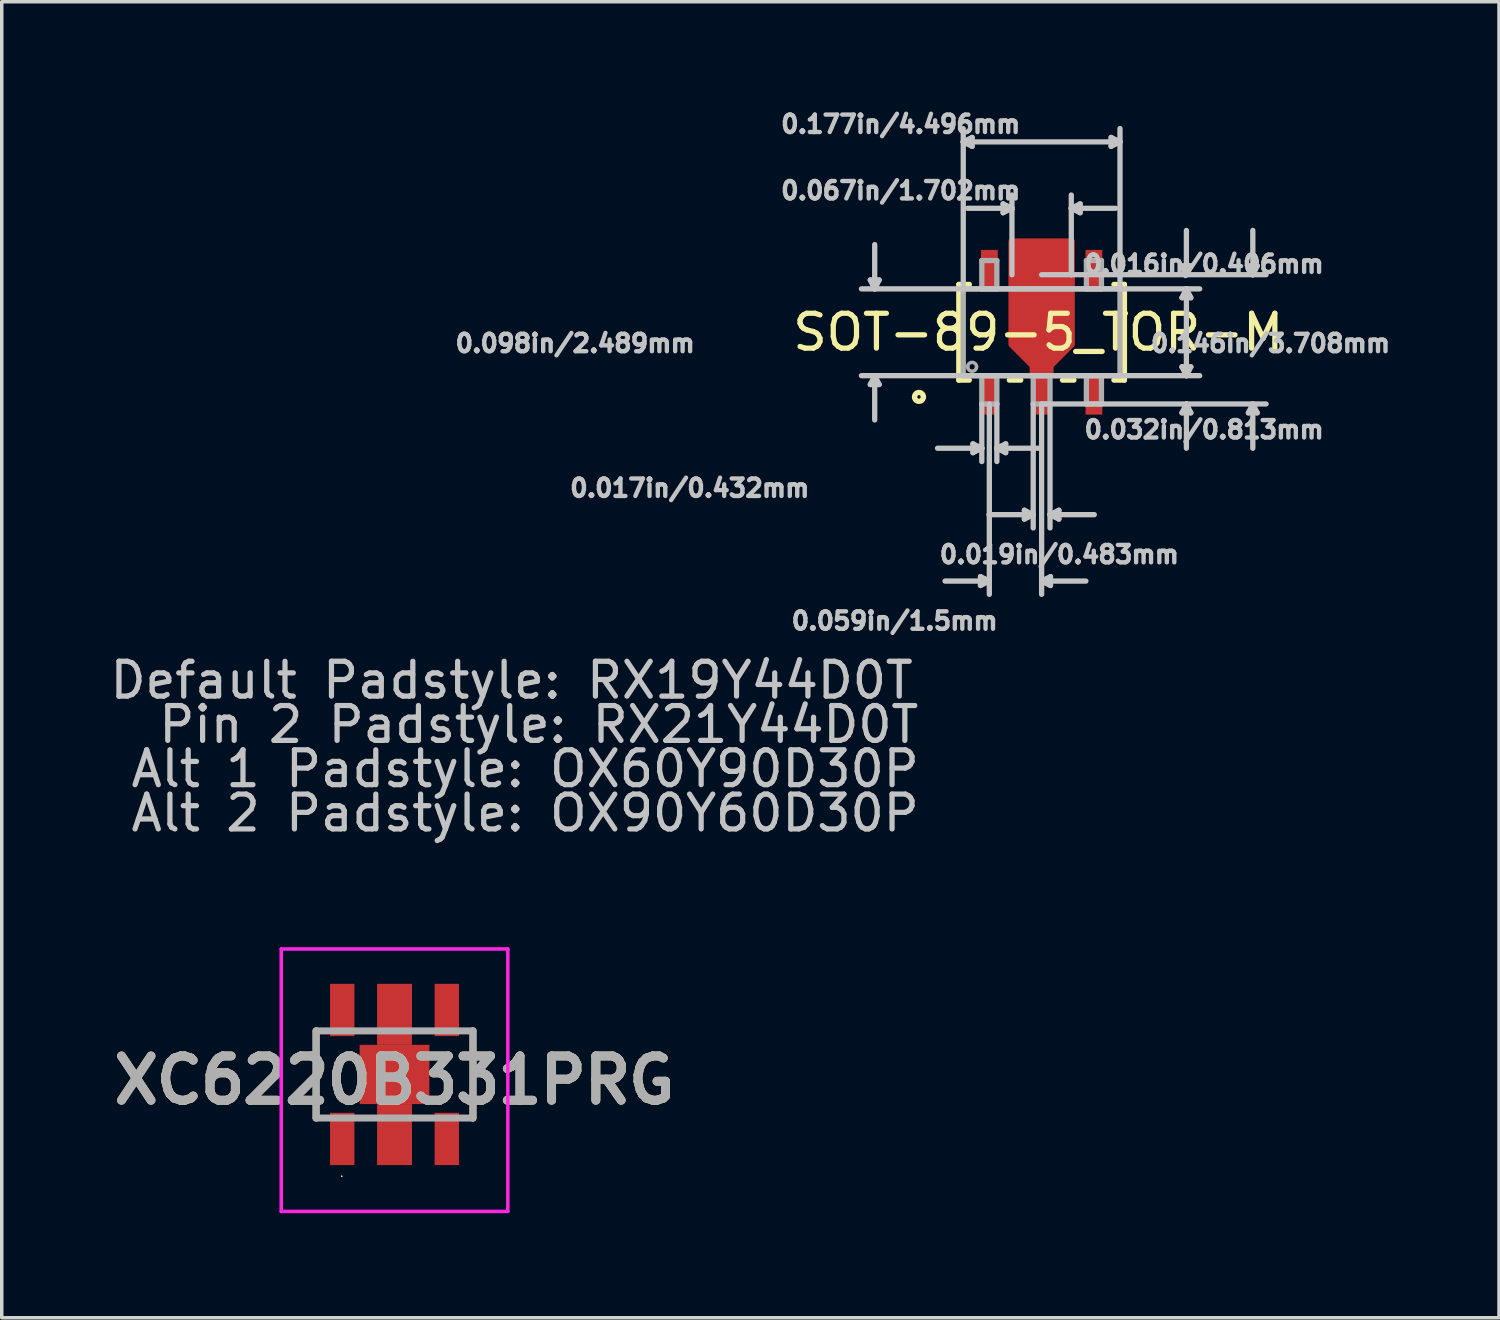
<source format=kicad_pcb>
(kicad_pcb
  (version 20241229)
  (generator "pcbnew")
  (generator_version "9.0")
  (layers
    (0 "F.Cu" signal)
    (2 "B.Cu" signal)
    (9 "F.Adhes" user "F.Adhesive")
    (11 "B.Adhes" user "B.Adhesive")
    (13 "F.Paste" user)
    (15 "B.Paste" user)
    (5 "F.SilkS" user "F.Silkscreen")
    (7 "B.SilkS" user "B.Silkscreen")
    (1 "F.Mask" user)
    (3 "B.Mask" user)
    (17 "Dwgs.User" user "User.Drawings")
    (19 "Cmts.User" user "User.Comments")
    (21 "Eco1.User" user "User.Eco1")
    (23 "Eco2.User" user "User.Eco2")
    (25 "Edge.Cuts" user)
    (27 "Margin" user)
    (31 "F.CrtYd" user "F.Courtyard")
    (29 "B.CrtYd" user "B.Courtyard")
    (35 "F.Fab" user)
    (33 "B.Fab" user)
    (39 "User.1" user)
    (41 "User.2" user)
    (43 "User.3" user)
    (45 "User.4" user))
  (footprint "SOT-89-5_TOR-M"
    (layer "F.Cu")
    (at 26.829 6.481)
    (property "Reference" "SOT-89-5_TOR-M" (at -0.096 0 0) (layer "F.SilkS") (effects (font (size 1 1) (thickness 0.15))))
    (attr smd)
    (fp_poly (pts (xy -0.267 1.245) (xy -0.267 0.965) (xy -0.876 0.356) (xy -0.876 -2.616) (xy -0.241 -2.616) (xy 0.241 -2.616) (xy 0.876 -2.616) (xy 0.876 0.356) (xy 0.267 0.965) (xy 0.267 1.245)) (stroke (width 0.152) (type solid)) (fill yes) (layer "F.Mask"))
    (fp_line (start -2.375 -1.372) (end -2.375 1.372) (stroke (width 0.152) (type solid)) (layer "F.SilkS"))
    (fp_line (start -2.375 1.372) (end -2.074 1.372) (stroke (width 0.152) (type solid)) (layer "F.SilkS"))
    (fp_line (start -2.074 -1.372) (end -2.375 -1.372) (stroke (width 0.152) (type solid)) (layer "F.SilkS"))
    (fp_line (start -0.926 1.372) (end -0.599 1.372) (stroke (width 0.152) (type solid)) (layer "F.SilkS"))
    (fp_line (start 0.599 1.372) (end 0.926 1.372) (stroke (width 0.152) (type solid)) (layer "F.SilkS"))
    (fp_line (start 2.074 1.372) (end 2.375 1.372) (stroke (width 0.152) (type solid)) (layer "F.SilkS"))
    (fp_line (start 2.375 -1.372) (end 2.074 -1.372) (stroke (width 0.152) (type solid)) (layer "F.SilkS"))
    (fp_line (start 2.375 1.372) (end 2.375 -1.372) (stroke (width 0.152) (type solid)) (layer "F.SilkS"))
    (fp_arc (start -3.6449 1.8542) (mid -3.5179 1.7272) (end -3.3909 1.8542) (stroke (width 0.1524) (type solid)) (layer "F.SilkS"))
    (fp_arc (start -3.3909 1.8542) (mid -3.5179 1.9812) (end -3.6449 1.8542) (stroke (width 0.1524) (type solid)) (layer "F.SilkS"))
    (fp_poly (pts (xy -0.267 1.245) (xy -0.267 0.965) (xy -0.876 0.356) (xy -0.876 -2.616) (xy -0.241 -2.616) (xy 0.241 -2.616) (xy 0.876 -2.616) (xy 0.876 0.356) (xy 0.267 0.965) (xy 0.267 1.245)) (stroke (width 0.152) (type solid)) (fill yes) (layer "F.Paste"))
    (fp_line (start -4.915 -1.499) (end -4.661 -1.499) (stroke (width 0.152) (type solid)) (layer "Dwgs.User"))
    (fp_line (start -4.915 1.499) (end -4.661 1.499) (stroke (width 0.152) (type solid)) (layer "Dwgs.User"))
    (fp_line (start -4.788 -1.245) (end -5.169 -1.245) (stroke (width 0.152) (type solid)) (layer "Dwgs.User"))
    (fp_line (start -4.788 -1.245) (end -4.915 -1.499) (stroke (width 0.152) (type solid)) (layer "Dwgs.User"))
    (fp_line (start -4.788 -1.245) (end -4.788 -2.515) (stroke (width 0.152) (type solid)) (layer "Dwgs.User"))
    (fp_line (start -4.788 -1.245) (end -4.661 -1.499) (stroke (width 0.152) (type solid)) (layer "Dwgs.User"))
    (fp_line (start -4.788 1.245) (end -5.169 1.245) (stroke (width 0.152) (type solid)) (layer "Dwgs.User"))
    (fp_line (start -4.788 1.245) (end -4.915 1.499) (stroke (width 0.152) (type solid)) (layer "Dwgs.User"))
    (fp_line (start -4.788 1.245) (end -4.788 2.515) (stroke (width 0.152) (type solid)) (layer "Dwgs.User"))
    (fp_line (start -4.788 1.245) (end -4.661 1.499) (stroke (width 0.152) (type solid)) (layer "Dwgs.User"))
    (fp_line (start -2.248 -5.461) (end -2.248 -5.842) (stroke (width 0.152) (type solid)) (layer "Dwgs.User"))
    (fp_line (start -2.248 -5.461) (end -1.994 -5.588) (stroke (width 0.152) (type solid)) (layer "Dwgs.User"))
    (fp_line (start -2.248 -5.461) (end -1.994 -5.334) (stroke (width 0.152) (type solid)) (layer "Dwgs.User"))
    (fp_line (start -2.248 -5.461) (end 2.248 -5.461) (stroke (width 0.152) (type solid)) (layer "Dwgs.User"))
    (fp_line (start -2.248 -1.245) (end -2.248 -5.461) (stroke (width 0.152) (type solid)) (layer "Dwgs.User"))
    (fp_line (start -1.994 -5.588) (end -1.994 -5.334) (stroke (width 0.152) (type solid)) (layer "Dwgs.User"))
    (fp_line (start -1.97 3.2) (end -1.97 3.454) (stroke (width 0.152) (type solid)) (layer "Dwgs.User"))
    (fp_line (start -1.754 7.01) (end -1.754 7.264) (stroke (width 0.152) (type solid)) (layer "Dwgs.User"))
    (fp_line (start -1.716 2.057) (end -1.716 3.327) (stroke (width 0.152) (type solid)) (layer "Dwgs.User"))
    (fp_line (start -1.716 3.327) (end -2.986 3.327) (stroke (width 0.152) (type solid)) (layer "Dwgs.User"))
    (fp_line (start -1.716 3.327) (end -1.97 3.2) (stroke (width 0.152) (type solid)) (layer "Dwgs.User"))
    (fp_line (start -1.716 3.327) (end -1.97 3.454) (stroke (width 0.152) (type solid)) (layer "Dwgs.User"))
    (fp_line (start -1.716 3.327) (end -1.716 3.708) (stroke (width 0.152) (type solid)) (layer "Dwgs.User"))
    (fp_line (start -1.5 2.057) (end -1.5 7.137) (stroke (width 0.152) (type solid)) (layer "Dwgs.User"))
    (fp_line (start -1.5 7.137) (end -2.77 7.137) (stroke (width 0.152) (type solid)) (layer "Dwgs.User"))
    (fp_line (start -1.5 7.137) (end -1.754 7.01) (stroke (width 0.152) (type solid)) (layer "Dwgs.User"))
    (fp_line (start -1.5 7.137) (end -1.754 7.264) (stroke (width 0.152) (type solid)) (layer "Dwgs.User"))
    (fp_line (start -1.5 7.137) (end -1.5 7.518) (stroke (width 0.152) (type solid)) (layer "Dwgs.User"))
    (fp_line (start -1.284 2.057) (end -1.284 3.327) (stroke (width 0.152) (type solid)) (layer "Dwgs.User"))
    (fp_line (start -1.284 3.327) (end -1.284 3.708) (stroke (width 0.152) (type solid)) (layer "Dwgs.User"))
    (fp_line (start -1.284 3.327) (end -1.03 3.2) (stroke (width 0.152) (type solid)) (layer "Dwgs.User"))
    (fp_line (start -1.284 3.327) (end -1.03 3.454) (stroke (width 0.152) (type solid)) (layer "Dwgs.User"))
    (fp_line (start -1.284 3.327) (end -0.014 3.327) (stroke (width 0.152) (type solid)) (layer "Dwgs.User"))
    (fp_line (start -1.105 -3.683) (end -1.105 -3.429) (stroke (width 0.152) (type solid)) (layer "Dwgs.User"))
    (fp_line (start -1.03 3.2) (end -1.03 3.454) (stroke (width 0.152) (type solid)) (layer "Dwgs.User"))
    (fp_line (start -0.851 -3.556) (end -2.121 -3.556) (stroke (width 0.152) (type solid)) (layer "Dwgs.User"))
    (fp_line (start -0.851 -3.556) (end -1.105 -3.683) (stroke (width 0.152) (type solid)) (layer "Dwgs.User"))
    (fp_line (start -0.851 -3.556) (end -1.105 -3.429) (stroke (width 0.152) (type solid)) (layer "Dwgs.User"))
    (fp_line (start -0.851 -3.556) (end -0.851 -3.937) (stroke (width 0.152) (type solid)) (layer "Dwgs.User"))
    (fp_line (start -0.851 -1.651) (end -0.851 -3.556) (stroke (width 0.152) (type solid)) (layer "Dwgs.User"))
    (fp_line (start -0.495 5.105) (end -0.495 5.359) (stroke (width 0.152) (type solid)) (layer "Dwgs.User"))
    (fp_line (start -0.241 2.057) (end -0.241 5.232) (stroke (width 0.152) (type solid)) (layer "Dwgs.User"))
    (fp_line (start -0.241 5.232) (end -1.511 5.232) (stroke (width 0.152) (type solid)) (layer "Dwgs.User"))
    (fp_line (start -0.241 5.232) (end -0.495 5.105) (stroke (width 0.152) (type solid)) (layer "Dwgs.User"))
    (fp_line (start -0.241 5.232) (end -0.495 5.359) (stroke (width 0.152) (type solid)) (layer "Dwgs.User"))
    (fp_line (start -0.241 5.232) (end -0.241 5.613) (stroke (width 0.152) (type solid)) (layer "Dwgs.User"))
    (fp_line (start 0 -1.651) (end 0.851 -1.651) (stroke (width 0.152) (type solid)) (layer "Dwgs.User"))
    (fp_line (start 0 2.057) (end 0 7.137) (stroke (width 0.152) (type solid)) (layer "Dwgs.User"))
    (fp_line (start 0 2.057) (end 0.241 2.057) (stroke (width 0.152) (type solid)) (layer "Dwgs.User"))
    (fp_line (start 0 7.137) (end 0 7.518) (stroke (width 0.152) (type solid)) (layer "Dwgs.User"))
    (fp_line (start 0 7.137) (end 0.254 7.01) (stroke (width 0.152) (type solid)) (layer "Dwgs.User"))
    (fp_line (start 0 7.137) (end 0.254 7.264) (stroke (width 0.152) (type solid)) (layer "Dwgs.User"))
    (fp_line (start 0 7.137) (end 1.27 7.137) (stroke (width 0.152) (type solid)) (layer "Dwgs.User"))
    (fp_line (start 0.241 2.057) (end 0.241 5.232) (stroke (width 0.152) (type solid)) (layer "Dwgs.User"))
    (fp_line (start 0.241 2.057) (end 4.153 2.057) (stroke (width 0.152) (type solid)) (layer "Dwgs.User"))
    (fp_line (start 0.241 5.232) (end 0.241 5.613) (stroke (width 0.152) (type solid)) (layer "Dwgs.User"))
    (fp_line (start 0.241 5.232) (end 0.495 5.105) (stroke (width 0.152) (type solid)) (layer "Dwgs.User"))
    (fp_line (start 0.241 5.232) (end 0.495 5.359) (stroke (width 0.152) (type solid)) (layer "Dwgs.User"))
    (fp_line (start 0.241 5.232) (end 1.511 5.232) (stroke (width 0.152) (type solid)) (layer "Dwgs.User"))
    (fp_line (start 0.254 7.01) (end 0.254 7.264) (stroke (width 0.152) (type solid)) (layer "Dwgs.User"))
    (fp_line (start 0.495 5.105) (end 0.495 5.359) (stroke (width 0.152) (type solid)) (layer "Dwgs.User"))
    (fp_line (start 0.851 -3.556) (end 0.851 -3.937) (stroke (width 0.152) (type solid)) (layer "Dwgs.User"))
    (fp_line (start 0.851 -3.556) (end 1.105 -3.683) (stroke (width 0.152) (type solid)) (layer "Dwgs.User"))
    (fp_line (start 0.851 -3.556) (end 1.105 -3.429) (stroke (width 0.152) (type solid)) (layer "Dwgs.User"))
    (fp_line (start 0.851 -3.556) (end 2.121 -3.556) (stroke (width 0.152) (type solid)) (layer "Dwgs.User"))
    (fp_line (start 0.851 -1.651) (end 0.851 -3.556) (stroke (width 0.152) (type solid)) (layer "Dwgs.User"))
    (fp_line (start 0.851 -1.651) (end 4.153 -1.651) (stroke (width 0.152) (type solid)) (layer "Dwgs.User"))
    (fp_line (start 1.105 -3.683) (end 1.105 -3.429) (stroke (width 0.152) (type solid)) (layer "Dwgs.User"))
    (fp_line (start 1.994 -5.588) (end 1.994 -5.334) (stroke (width 0.152) (type solid)) (layer "Dwgs.User"))
    (fp_line (start 2.248 -5.461) (end 1.994 -5.588) (stroke (width 0.152) (type solid)) (layer "Dwgs.User"))
    (fp_line (start 2.248 -5.461) (end 1.994 -5.334) (stroke (width 0.152) (type solid)) (layer "Dwgs.User"))
    (fp_line (start 2.248 -5.461) (end 2.248 -5.842) (stroke (width 0.152) (type solid)) (layer "Dwgs.User"))
    (fp_line (start 2.248 -1.245) (end -4.788 -1.245) (stroke (width 0.152) (type solid)) (layer "Dwgs.User"))
    (fp_line (start 2.248 -1.245) (end 2.248 -5.461) (stroke (width 0.152) (type solid)) (layer "Dwgs.User"))
    (fp_line (start 2.248 -1.245) (end 4.153 -1.245) (stroke (width 0.152) (type solid)) (layer "Dwgs.User"))
    (fp_line (start 4.026 -1.905) (end 4.28 -1.905) (stroke (width 0.152) (type solid)) (layer "Dwgs.User"))
    (fp_line (start 4.026 -0.991) (end 4.28 -0.991) (stroke (width 0.152) (type solid)) (layer "Dwgs.User"))
    (fp_line (start 4.026 0.991) (end 4.28 0.991) (stroke (width 0.152) (type solid)) (layer "Dwgs.User"))
    (fp_line (start 4.026 2.311) (end 4.28 2.311) (stroke (width 0.152) (type solid)) (layer "Dwgs.User"))
    (fp_line (start 4.153 -1.651) (end 4.026 -1.905) (stroke (width 0.152) (type solid)) (layer "Dwgs.User"))
    (fp_line (start 4.153 -1.651) (end 4.153 -2.921) (stroke (width 0.152) (type solid)) (layer "Dwgs.User"))
    (fp_line (start 4.153 -1.651) (end 4.28 -1.905) (stroke (width 0.152) (type solid)) (layer "Dwgs.User"))
    (fp_line (start 4.153 -1.651) (end 6.058 -1.651) (stroke (width 0.152) (type solid)) (layer "Dwgs.User"))
    (fp_line (start 4.153 -1.245) (end 4.026 -0.991) (stroke (width 0.152) (type solid)) (layer "Dwgs.User"))
    (fp_line (start 4.153 -1.245) (end 4.153 1.245) (stroke (width 0.152) (type solid)) (layer "Dwgs.User"))
    (fp_line (start 4.153 -1.245) (end 4.28 -0.991) (stroke (width 0.152) (type solid)) (layer "Dwgs.User"))
    (fp_line (start 4.153 -1.245) (end 4.534 -1.245) (stroke (width 0.152) (type solid)) (layer "Dwgs.User"))
    (fp_line (start 4.153 1.245) (end -4.788 1.245) (stroke (width 0.152) (type solid)) (layer "Dwgs.User"))
    (fp_line (start 4.153 1.245) (end 4.026 0.991) (stroke (width 0.152) (type solid)) (layer "Dwgs.User"))
    (fp_line (start 4.153 1.245) (end 4.28 0.991) (stroke (width 0.152) (type solid)) (layer "Dwgs.User"))
    (fp_line (start 4.153 1.245) (end 4.534 1.245) (stroke (width 0.152) (type solid)) (layer "Dwgs.User"))
    (fp_line (start 4.153 2.057) (end 4.026 2.311) (stroke (width 0.152) (type solid)) (layer "Dwgs.User"))
    (fp_line (start 4.153 2.057) (end 4.153 3.327) (stroke (width 0.152) (type solid)) (layer "Dwgs.User"))
    (fp_line (start 4.153 2.057) (end 4.28 2.311) (stroke (width 0.152) (type solid)) (layer "Dwgs.User"))
    (fp_line (start 4.153 2.057) (end 6.058 2.057) (stroke (width 0.152) (type solid)) (layer "Dwgs.User"))
    (fp_line (start 5.931 -1.905) (end 6.185 -1.905) (stroke (width 0.152) (type solid)) (layer "Dwgs.User"))
    (fp_line (start 5.931 2.311) (end 6.185 2.311) (stroke (width 0.152) (type solid)) (layer "Dwgs.User"))
    (fp_line (start 6.058 -1.651) (end 5.931 -1.905) (stroke (width 0.152) (type solid)) (layer "Dwgs.User"))
    (fp_line (start 6.058 -1.651) (end 6.058 -2.921) (stroke (width 0.152) (type solid)) (layer "Dwgs.User"))
    (fp_line (start 6.058 -1.651) (end 6.185 -1.905) (stroke (width 0.152) (type solid)) (layer "Dwgs.User"))
    (fp_line (start 6.058 -1.651) (end 6.439 -1.651) (stroke (width 0.152) (type solid)) (layer "Dwgs.User"))
    (fp_line (start 6.058 2.057) (end 5.931 2.311) (stroke (width 0.152) (type solid)) (layer "Dwgs.User"))
    (fp_line (start 6.058 2.057) (end 6.058 3.327) (stroke (width 0.152) (type solid)) (layer "Dwgs.User"))
    (fp_line (start 6.058 2.057) (end 6.185 2.311) (stroke (width 0.152) (type solid)) (layer "Dwgs.User"))
    (fp_line (start 6.058 2.057) (end 6.439 2.057) (stroke (width 0.152) (type solid)) (layer "Dwgs.User"))
    (fp_line (start -2.248 -1.245) (end -2.248 1.245) (stroke (width 0.152) (type solid)) (layer "F.Fab"))
    (fp_line (start -2.248 1.245) (end 2.248 1.245) (stroke (width 0.152) (type solid)) (layer "F.Fab"))
    (fp_line (start -1.716 -2.057) (end -1.716 -1.245) (stroke (width 0.152) (type solid)) (layer "F.Fab"))
    (fp_line (start -1.716 -1.245) (end -1.284 -1.245) (stroke (width 0.152) (type solid)) (layer "F.Fab"))
    (fp_line (start -1.716 1.245) (end -1.716 2.057) (stroke (width 0.152) (type solid)) (layer "F.Fab"))
    (fp_line (start -1.716 2.057) (end -1.284 2.057) (stroke (width 0.152) (type solid)) (layer "F.Fab"))
    (fp_line (start -1.284 -2.057) (end -1.716 -2.057) (stroke (width 0.152) (type solid)) (layer "F.Fab"))
    (fp_line (start -1.284 -1.245) (end -1.284 -2.057) (stroke (width 0.152) (type solid)) (layer "F.Fab"))
    (fp_line (start -1.284 1.245) (end -1.716 1.245) (stroke (width 0.152) (type solid)) (layer "F.Fab"))
    (fp_line (start -1.284 2.057) (end -1.284 1.245) (stroke (width 0.152) (type solid)) (layer "F.Fab"))
    (fp_line (start -0.241 1.245) (end -0.241 2.057) (stroke (width 0.152) (type solid)) (layer "F.Fab"))
    (fp_line (start -0.241 2.057) (end 0.241 2.057) (stroke (width 0.152) (type solid)) (layer "F.Fab"))
    (fp_line (start 0.241 1.245) (end -0.241 1.245) (stroke (width 0.152) (type solid)) (layer "F.Fab"))
    (fp_line (start 0.241 2.057) (end 0.241 1.245) (stroke (width 0.152) (type solid)) (layer "F.Fab"))
    (fp_line (start 1.284 -2.057) (end 1.284 -1.245) (stroke (width 0.152) (type solid)) (layer "F.Fab"))
    (fp_line (start 1.284 -1.245) (end 1.716 -1.245) (stroke (width 0.152) (type solid)) (layer "F.Fab"))
    (fp_line (start 1.284 1.245) (end 1.284 2.057) (stroke (width 0.152) (type solid)) (layer "F.Fab"))
    (fp_line (start 1.284 2.057) (end 1.716 2.057) (stroke (width 0.152) (type solid)) (layer "F.Fab"))
    (fp_line (start 1.716 -2.057) (end 1.284 -2.057) (stroke (width 0.152) (type solid)) (layer "F.Fab"))
    (fp_line (start 1.716 -1.245) (end 1.716 -2.057) (stroke (width 0.152) (type solid)) (layer "F.Fab"))
    (fp_line (start 1.716 1.245) (end 1.284 1.245) (stroke (width 0.152) (type solid)) (layer "F.Fab"))
    (fp_line (start 1.716 2.057) (end 1.716 1.245) (stroke (width 0.152) (type solid)) (layer "F.Fab"))
    (fp_line (start 2.248 -1.245) (end -2.248 -1.245) (stroke (width 0.152) (type solid)) (layer "F.Fab"))
    (fp_line (start 2.248 1.245) (end 2.248 -1.245) (stroke (width 0.152) (type solid)) (layer "F.Fab"))
    (fp_arc (start -2.1209 0.9906) (mid -1.9939 0.8636) (end -1.8669 0.9906) (stroke (width 0.1) (type solid)) (layer "F.Fab"))
    (fp_arc (start -1.8669 0.9906) (mid -1.9939 1.1176) (end -2.1209 0.9906) (stroke (width 0.1) (type solid)) (layer "F.Fab"))
    (fp_text user "0.016in/0.406mm" (at 4.661 -1.956 0) (layer "Dwgs.User") (effects (font (size 0.5 0.5) (thickness 0.15))))
    (fp_text user "0.017in/0.432mm" (at -10.093 4.47 0) (layer "Dwgs.User") (effects (font (size 0.5 0.5) (thickness 0.15))))
    (fp_text user "Default Padstyle: RX19Y44D0T" (at -15.204 9.982 0) (layer "Dwgs.User") (effects (font (size 1 1) (thickness 0.15))))
    (fp_text user "0.059in/1.5mm" (at -4.216 8.28 0) (layer "Dwgs.User") (effects (font (size 0.5 0.5) (thickness 0.15))))
    (fp_text user "0.032in/0.813mm" (at 4.661 2.794 0) (layer "Dwgs.User") (effects (font (size 0.5 0.5) (thickness 0.15))))
    (fp_text user "0.146in/3.708mm" (at 6.566 0.318 0) (layer "Dwgs.User") (effects (font (size 0.5 0.5) (thickness 0.15))))
    (fp_text user "Pin 2 Padstyle: RX21Y44D0T" (at -14.424 11.252 0) (layer "Dwgs.User") (effects (font (size 1 1) (thickness 0.15))))
    (fp_text user "0.067in/1.702mm" (at -4.042 -4.064 0) (layer "Dwgs.User") (effects (font (size 0.5 0.5) (thickness 0.15))))
    (fp_text user "0.177in/4.496mm" (at -4.042 -5.969 0) (layer "Dwgs.User") (effects (font (size 0.5 0.5) (thickness 0.15))))
    (fp_text user "Alt 1 Padstyle: OX60Y90D30P" (at -14.814 12.522 0) (layer "Dwgs.User") (effects (font (size 1 1) (thickness 0.15))))
    (fp_text user "Alt 2 Padstyle: OX90Y60D30P" (at -14.814 13.792 0) (layer "Dwgs.User") (effects (font (size 1 1) (thickness 0.15))))
    (fp_text user "0.098in/2.489mm" (at -13.381 0.318 0) (layer "Dwgs.User") (effects (font (size 0.5 0.5) (thickness 0.15))))
    (fp_text user "0.019in/0.483mm" (at 0.508 6.375 0) (layer "Dwgs.User") (effects (font (size 0.5 0.5) (thickness 0.15))))
    (pad "1" smd rect (at -1.5 1.803) (size 0.483 1.118) (layers "F.Cu" "F.Mask" "F.Paste"))
    (pad "2" smd custom (at 0 1.803) (size 0.533 1.118) (layers "F.Cu" "F.Mask" "F.Paste") (options (anchor rect)) (primitives (gr_poly (pts (xy -0.267 -0.559) (xy -0.267 -0.838) (xy -0.876 -1.448) (xy -0.876 -4.42) (xy -0.241 -4.42) (xy 0.241 -4.42) (xy 0.876 -4.42) (xy 0.876 -1.448) (xy 0.267 -0.838) (xy 0.267 -0.559)) (width 0.152) (fill yes))))
    (pad "3" smd rect (at 1.5 1.803) (size 0.483 1.118) (layers "F.Cu" "F.Mask" "F.Paste"))
    (pad "4" smd rect (at 1.5 -1.803) (size 0.483 1.118) (layers "F.Cu" "F.Mask" "F.Paste"))
    (pad "5" smd rect (at -1.5 -1.803) (size 0.483 1.118) (layers "F.Cu" "F.Mask" "F.Paste")))
  (footprint "XC6220B331PRG"
    (layer "F.Cu")
    (at 8.267 27.771)
    (property "Reference" "XC6220B331PRG" (at 0 0.165 0) (layer "F.SilkS") (effects (font (size 1.27 1.27) (thickness 0.254))))
    (attr smd)
    (fp_line (start -2.25 1.25) (end -2.25 -1.25) (stroke (width 0.2) (type solid)) (layer "F.SilkS"))
    (fp_line (start -1.526 2.919) (end -1.526 2.919) (stroke (width 0.021) (type solid)) (layer "F.SilkS"))
    (fp_line (start -1.505 2.919) (end -1.505 2.919) (stroke (width 0.021) (type solid)) (layer "F.SilkS"))
    (fp_line (start 2.25 -1.25) (end 2.25 1.25) (stroke (width 0.2) (type solid)) (layer "F.SilkS"))
    (fp_arc (start -1.526 2.919) (mid -1.5155 2.9085) (end -1.505 2.919) (stroke (width 0.021) (type solid)) (layer "F.SilkS"))
    (fp_arc (start -1.505 2.919) (mid -1.5155 2.9295) (end -1.526 2.919) (stroke (width 0.021) (type solid)) (layer "F.SilkS"))
    (fp_line (start -3.25 -3.6) (end 3.25 -3.6) (stroke (width 0.1) (type solid)) (layer "F.CrtYd"))
    (fp_line (start -3.25 3.929) (end -3.25 -3.6) (stroke (width 0.1) (type solid)) (layer "F.CrtYd"))
    (fp_line (start 3.25 -3.6) (end 3.25 3.929) (stroke (width 0.1) (type solid)) (layer "F.CrtYd"))
    (fp_line (start 3.25 3.929) (end -3.25 3.929) (stroke (width 0.1) (type solid)) (layer "F.CrtYd"))
    (fp_line (start -2.25 -1.25) (end 2.25 -1.25) (stroke (width 0.2) (type solid)) (layer "F.Fab"))
    (fp_line (start -2.25 1.25) (end -2.25 -1.25) (stroke (width 0.2) (type solid)) (layer "F.Fab"))
    (fp_line (start 2.25 -1.25) (end 2.25 1.25) (stroke (width 0.2) (type solid)) (layer "F.Fab"))
    (fp_line (start 2.25 1.25) (end -2.25 1.25) (stroke (width 0.2) (type solid)) (layer "F.Fab"))
    (fp_text user "${REFERENCE}" (at 0 0.165 0) (layer "F.Fab") (effects (font (size 1.27 1.27) (thickness 0.254))))
    (pad "1" smd rect (at -1.5 1.85) (size 0.7 1.5) (layers "F.Cu" "F.Mask" "F.Paste"))
    (pad "2" smd rect (at 0 1.725) (size 1 1.75) (layers "F.Cu" "F.Mask" "F.Paste"))
    (pad "3" smd rect (at 1.5 1.85) (size 0.7 1.5) (layers "F.Cu" "F.Mask" "F.Paste"))
    (pad "4" smd rect (at 1.5 -1.85) (size 0.7 1.5) (layers "F.Cu" "F.Mask" "F.Paste"))
    (pad "5" smd rect (at -1.5 -1.85) (size 0.7 1.5) (layers "F.Cu" "F.Mask" "F.Paste"))
    (pad "6" smd rect (at 0 -1.725) (size 1 1.75) (layers "F.Cu" "F.Mask" "F.Paste"))
    (pad "7" smd rect (at 0 0 90) (size 1.7 2) (layers "F.Cu" "F.Mask" "F.Paste")))
  (gr_rect
    (start -3 -3)
    (end 39.949 34.75)
    (stroke (width 0.1) (type default))
    (fill no)
    (layer "Edge.Cuts")))
</source>
